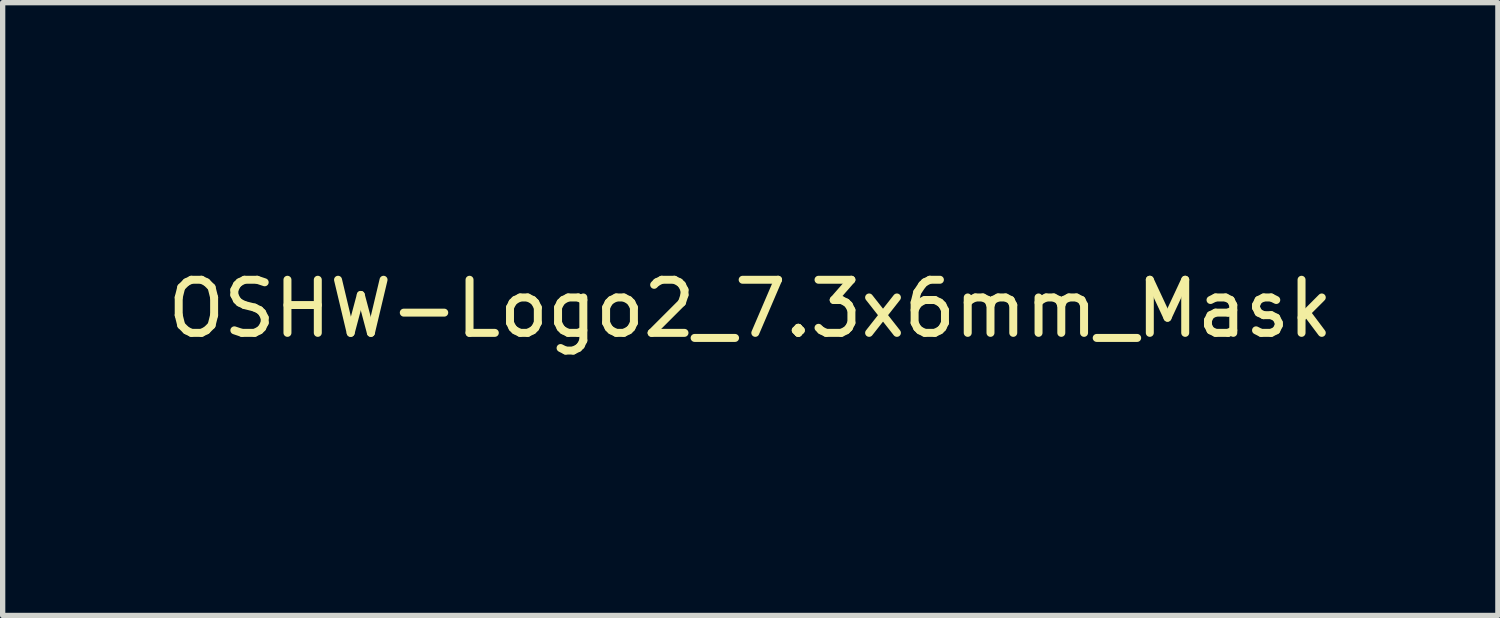
<source format=kicad_pcb>
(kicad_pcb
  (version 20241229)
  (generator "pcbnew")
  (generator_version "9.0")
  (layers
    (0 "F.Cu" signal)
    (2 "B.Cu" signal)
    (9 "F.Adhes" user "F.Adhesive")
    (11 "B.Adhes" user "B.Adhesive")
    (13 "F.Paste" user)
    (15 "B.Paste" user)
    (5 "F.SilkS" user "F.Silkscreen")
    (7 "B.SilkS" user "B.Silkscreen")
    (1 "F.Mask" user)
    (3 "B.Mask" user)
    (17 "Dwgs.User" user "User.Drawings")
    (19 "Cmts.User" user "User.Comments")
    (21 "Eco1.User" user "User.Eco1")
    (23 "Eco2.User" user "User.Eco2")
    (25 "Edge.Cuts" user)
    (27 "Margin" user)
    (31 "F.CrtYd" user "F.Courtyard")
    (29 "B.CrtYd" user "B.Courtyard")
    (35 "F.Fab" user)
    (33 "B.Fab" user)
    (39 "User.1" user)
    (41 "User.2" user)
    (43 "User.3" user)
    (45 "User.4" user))
  (footprint "OSHW-Logo2_7.3x6mm_Mask"
    (layer "F.Cu")
    (at 11.077 2.763)
    (property "Reference" "OSHW-Logo2_7.3x6mm_Mask" (at 0 0 0) (layer "F.SilkS") (effects (font (size 1 1) (thickness 0.15))))
    (attr exclude_from_pos_files exclude_from_bom)
    (fp_poly (pts (xy 2.653 1.959) (xy 2.67 1.966) (xy 2.711 1.999) (xy 2.747 2.047) (xy 2.769 2.097) (xy 2.772 2.122) (xy 2.76 2.157) (xy 2.734 2.175) (xy 2.706 2.187) (xy 2.693 2.189) (xy 2.687 2.174) (xy 2.674 2.141) (xy 2.669 2.127) (xy 2.639 2.076) (xy 2.595 2.05) (xy 2.538 2.051) (xy 2.534 2.052) (xy 2.504 2.067) (xy 2.481 2.094) (xy 2.466 2.139) (xy 2.457 2.205) (xy 2.453 2.294) (xy 2.453 2.341) (xy 2.453 2.416) (xy 2.452 2.467) (xy 2.448 2.499) (xy 2.442 2.518) (xy 2.432 2.529) (xy 2.417 2.537) (xy 2.416 2.538) (xy 2.387 2.55) (xy 2.372 2.555) (xy 2.37 2.541) (xy 2.368 2.503) (xy 2.367 2.446) (xy 2.366 2.374) (xy 2.366 2.322) (xy 2.367 2.22) (xy 2.37 2.143) (xy 2.377 2.086) (xy 2.389 2.045) (xy 2.407 2.014) (xy 2.432 1.99) (xy 2.457 1.973) (xy 2.517 1.951) (xy 2.587 1.946) (xy 2.653 1.959)) (stroke (width 0.01) (type solid)) (fill yes) (layer "F.Mask"))
    (fp_poly (pts (xy -1.284 1.928) (xy -1.237 1.955) (xy -1.205 1.981) (xy -1.181 2.009) (xy -1.165 2.044) (xy -1.155 2.089) (xy -1.149 2.151) (xy -1.147 2.234) (xy -1.147 2.293) (xy -1.147 2.512) (xy -1.208 2.54) (xy -1.27 2.568) (xy -1.277 2.328) (xy -1.28 2.238) (xy -1.283 2.173) (xy -1.287 2.128) (xy -1.293 2.099) (xy -1.3 2.081) (xy -1.31 2.07) (xy -1.313 2.067) (xy -1.36 2.048) (xy -1.408 2.056) (xy -1.437 2.076) (xy -1.449 2.09) (xy -1.457 2.108) (xy -1.462 2.136) (xy -1.465 2.179) (xy -1.466 2.242) (xy -1.466 2.307) (xy -1.466 2.389) (xy -1.467 2.447) (xy -1.472 2.486) (xy -1.482 2.512) (xy -1.499 2.528) (xy -1.525 2.541) (xy -1.56 2.554) (xy -1.598 2.569) (xy -1.594 2.311) (xy -1.592 2.219) (xy -1.59 2.15) (xy -1.587 2.101) (xy -1.582 2.066) (xy -1.575 2.042) (xy -1.566 2.022) (xy -1.554 2.005) (xy -1.499 1.95) (xy -1.431 1.918) (xy -1.357 1.91) (xy -1.284 1.928)) (stroke (width 0.01) (type solid)) (fill yes) (layer "F.Mask"))
    (fp_poly (pts (xy 0.53 1.95) (xy 0.596 1.974) (xy 0.649 2.017) (xy 0.67 2.047) (xy 0.693 2.103) (xy 0.692 2.143) (xy 0.669 2.17) (xy 0.66 2.175) (xy 0.622 2.189) (xy 0.602 2.185) (xy 0.595 2.161) (xy 0.595 2.148) (xy 0.583 2.099) (xy 0.551 2.065) (xy 0.508 2.048) (xy 0.459 2.053) (xy 0.419 2.074) (xy 0.405 2.087) (xy 0.396 2.101) (xy 0.389 2.124) (xy 0.385 2.159) (xy 0.383 2.212) (xy 0.381 2.288) (xy 0.38 2.312) (xy 0.378 2.394) (xy 0.376 2.451) (xy 0.372 2.49) (xy 0.367 2.513) (xy 0.359 2.526) (xy 0.347 2.535) (xy 0.339 2.538) (xy 0.307 2.55) (xy 0.288 2.555) (xy 0.282 2.541) (xy 0.278 2.5) (xy 0.277 2.431) (xy 0.278 2.334) (xy 0.278 2.319) (xy 0.28 2.23) (xy 0.283 2.165) (xy 0.286 2.119) (xy 0.292 2.087) (xy 0.3 2.064) (xy 0.311 2.044) (xy 0.317 2.035) (xy 0.35 1.998) (xy 0.388 1.969) (xy 0.392 1.966) (xy 0.459 1.946) (xy 0.53 1.95)) (stroke (width 0.01) (type solid)) (fill yes) (layer "F.Mask"))
    (fp_poly (pts (xy -0.624 1.851) (xy -0.62 1.911) (xy -0.615 1.946) (xy -0.608 1.961) (xy -0.598 1.961) (xy -0.595 1.959) (xy -0.552 1.946) (xy -0.497 1.947) (xy -0.44 1.96) (xy -0.405 1.978) (xy -0.369 2.006) (xy -0.342 2.038) (xy -0.324 2.078) (xy -0.313 2.132) (xy -0.307 2.204) (xy -0.305 2.299) (xy -0.305 2.317) (xy -0.305 2.523) (xy -0.351 2.539) (xy -0.383 2.549) (xy -0.401 2.554) (xy -0.401 2.555) (xy -0.403 2.541) (xy -0.405 2.503) (xy -0.406 2.446) (xy -0.406 2.375) (xy -0.406 2.332) (xy -0.407 2.247) (xy -0.408 2.186) (xy -0.41 2.144) (xy -0.415 2.117) (xy -0.422 2.098) (xy -0.433 2.085) (xy -0.44 2.078) (xy -0.487 2.051) (xy -0.538 2.049) (xy -0.584 2.072) (xy -0.593 2.08) (xy -0.605 2.095) (xy -0.614 2.114) (xy -0.619 2.14) (xy -0.622 2.18) (xy -0.624 2.238) (xy -0.624 2.318) (xy -0.624 2.523) (xy -0.67 2.539) (xy -0.702 2.549) (xy -0.72 2.554) (xy -0.721 2.555) (xy -0.722 2.541) (xy -0.723 2.501) (xy -0.724 2.441) (xy -0.725 2.362) (xy -0.726 2.269) (xy -0.726 2.167) (xy -0.726 1.769) (xy -0.679 1.749) (xy -0.631 1.73) (xy -0.624 1.851)) (stroke (width 0.01) (type solid)) (fill yes) (layer "F.Mask"))
    (fp_poly (pts (xy 1.78 1.959) (xy 1.782 1.997) (xy 1.784 2.055) (xy 1.785 2.128) (xy 1.785 2.205) (xy 1.785 2.465) (xy 1.739 2.511) (xy 1.708 2.539) (xy 1.68 2.551) (xy 1.642 2.55) (xy 1.627 2.548) (xy 1.58 2.543) (xy 1.541 2.54) (xy 1.531 2.54) (xy 1.499 2.541) (xy 1.453 2.546) (xy 1.436 2.548) (xy 1.392 2.552) (xy 1.363 2.544) (xy 1.334 2.521) (xy 1.323 2.511) (xy 1.277 2.465) (xy 1.277 1.979) (xy 1.314 1.962) (xy 1.346 1.949) (xy 1.365 1.945) (xy 1.369 1.959) (xy 1.374 1.997) (xy 1.378 2.056) (xy 1.381 2.132) (xy 1.382 2.195) (xy 1.386 2.446) (xy 1.421 2.451) (xy 1.452 2.447) (xy 1.468 2.436) (xy 1.472 2.415) (xy 1.476 2.371) (xy 1.478 2.309) (xy 1.48 2.235) (xy 1.48 2.197) (xy 1.48 1.977) (xy 1.526 1.961) (xy 1.559 1.95) (xy 1.576 1.945) (xy 1.577 1.945) (xy 1.578 1.959) (xy 1.58 1.997) (xy 1.582 2.054) (xy 1.584 2.127) (xy 1.585 2.195) (xy 1.589 2.446) (xy 1.676 2.446) (xy 1.68 2.217) (xy 1.684 1.989) (xy 1.727 1.967) (xy 1.758 1.952) (xy 1.777 1.945) (xy 1.777 1.945) (xy 1.78 1.959)) (stroke (width 0.01) (type solid)) (fill yes) (layer "F.Mask"))
    (fp_poly (pts (xy -2.959 1.922) (xy -2.891 1.958) (xy -2.841 2.015) (xy -2.823 2.052) (xy -2.809 2.108) (xy -2.802 2.178) (xy -2.801 2.255) (xy -2.807 2.33) (xy -2.818 2.394) (xy -2.834 2.441) (xy -2.839 2.449) (xy -2.9 2.509) (xy -2.971 2.545) (xy -3.049 2.555) (xy -3.127 2.539) (xy -3.149 2.529) (xy -3.192 2.499) (xy -3.229 2.459) (xy -3.233 2.454) (xy -3.247 2.43) (xy -3.257 2.404) (xy -3.262 2.37) (xy -3.265 2.321) (xy -3.266 2.251) (xy -3.266 2.235) (xy -3.266 2.23) (xy -3.121 2.23) (xy -3.12 2.296) (xy -3.116 2.34) (xy -3.109 2.369) (xy -3.098 2.388) (xy -3.092 2.395) (xy -3.057 2.42) (xy -3.023 2.419) (xy -2.989 2.397) (xy -2.969 2.374) (xy -2.957 2.34) (xy -2.95 2.288) (xy -2.949 2.281) (xy -2.948 2.186) (xy -2.96 2.114) (xy -2.985 2.068) (xy -3.023 2.048) (xy -3.037 2.047) (xy -3.073 2.052) (xy -3.097 2.072) (xy -3.112 2.109) (xy -3.119 2.168) (xy -3.121 2.23) (xy -3.266 2.23) (xy -3.265 2.16) (xy -3.263 2.108) (xy -3.258 2.072) (xy -3.249 2.045) (xy -3.236 2.022) (xy -3.233 2.017) (xy -3.184 1.958) (xy -3.13 1.924) (xy -3.064 1.91) (xy -3.042 1.91) (xy -2.959 1.922)) (stroke (width 0.01) (type solid)) (fill yes) (layer "F.Mask"))
    (fp_poly (pts (xy 3.154 1.967) (xy 3.211 2.004) (xy 3.239 2.038) (xy 3.261 2.099) (xy 3.262 2.147) (xy 3.258 2.212) (xy 3.11 2.277) (xy 3.037 2.31) (xy 2.99 2.337) (xy 2.966 2.36) (xy 2.961 2.383) (xy 2.975 2.407) (xy 2.99 2.424) (xy 3.034 2.45) (xy 3.081 2.452) (xy 3.125 2.432) (xy 3.157 2.391) (xy 3.163 2.376) (xy 3.191 2.331) (xy 3.222 2.312) (xy 3.266 2.296) (xy 3.266 2.358) (xy 3.262 2.4) (xy 3.247 2.436) (xy 3.215 2.477) (xy 3.211 2.482) (xy 3.176 2.519) (xy 3.145 2.538) (xy 3.108 2.547) (xy 3.076 2.55) (xy 3.02 2.551) (xy 2.981 2.542) (xy 2.956 2.528) (xy 2.917 2.497) (xy 2.89 2.465) (xy 2.873 2.423) (xy 2.863 2.368) (xy 2.86 2.291) (xy 2.859 2.253) (xy 2.86 2.206) (xy 2.948 2.206) (xy 2.949 2.231) (xy 2.952 2.235) (xy 2.968 2.23) (xy 3.004 2.215) (xy 3.052 2.194) (xy 3.062 2.19) (xy 3.123 2.159) (xy 3.157 2.132) (xy 3.164 2.106) (xy 3.146 2.08) (xy 3.132 2.069) (xy 3.079 2.046) (xy 3.03 2.05) (xy 2.989 2.078) (xy 2.961 2.127) (xy 2.952 2.166) (xy 2.948 2.206) (xy 2.86 2.206) (xy 2.861 2.162) (xy 2.868 2.095) (xy 2.882 2.047) (xy 2.904 2.011) (xy 2.937 1.983) (xy 2.951 1.973) (xy 3.015 1.95) (xy 3.085 1.948) (xy 3.154 1.967)) (stroke (width 0.01) (type solid)) (fill yes) (layer "F.Mask"))
    (fp_poly (pts (xy 1.19 2.065) (xy 1.19 2.174) (xy 1.189 2.257) (xy 1.188 2.32) (xy 1.185 2.365) (xy 1.181 2.397) (xy 1.175 2.421) (xy 1.167 2.439) (xy 1.161 2.449) (xy 1.112 2.506) (xy 1.049 2.541) (xy 0.98 2.554) (xy 0.911 2.542) (xy 0.869 2.522) (xy 0.826 2.485) (xy 0.796 2.441) (xy 0.779 2.383) (xy 0.77 2.306) (xy 0.769 2.25) (xy 0.769 2.246) (xy 0.871 2.246) (xy 0.871 2.311) (xy 0.874 2.354) (xy 0.881 2.382) (xy 0.893 2.402) (xy 0.906 2.417) (xy 0.953 2.447) (xy 1.004 2.449) (xy 1.051 2.425) (xy 1.055 2.421) (xy 1.071 2.404) (xy 1.081 2.383) (xy 1.086 2.352) (xy 1.088 2.305) (xy 1.089 2.252) (xy 1.088 2.185) (xy 1.085 2.141) (xy 1.078 2.112) (xy 1.066 2.091) (xy 1.057 2.08) (xy 1.013 2.052) (xy 0.962 2.049) (xy 0.914 2.07) (xy 0.904 2.078) (xy 0.889 2.096) (xy 0.879 2.117) (xy 0.873 2.148) (xy 0.871 2.196) (xy 0.871 2.246) (xy 0.769 2.246) (xy 0.773 2.159) (xy 0.785 2.09) (xy 0.807 2.039) (xy 0.842 1.998) (xy 0.869 1.978) (xy 0.919 1.956) (xy 0.976 1.945) (xy 1.03 1.948) (xy 1.06 1.959) (xy 1.071 1.962) (xy 1.079 1.951) (xy 1.084 1.919) (xy 1.089 1.871) (xy 1.093 1.817) (xy 1.099 1.784) (xy 1.111 1.766) (xy 1.131 1.754) (xy 1.143 1.748) (xy 1.19 1.729) (xy 1.19 2.065)) (stroke (width 0.01) (type solid)) (fill yes) (layer "F.Mask"))
    (fp_poly (pts (xy -1.832 1.931) (xy -1.774 1.97) (xy -1.73 2.025) (xy -1.704 2.096) (xy -1.698 2.148) (xy -1.699 2.17) (xy -1.704 2.187) (xy -1.718 2.201) (xy -1.745 2.218) (xy -1.79 2.239) (xy -1.857 2.269) (xy -1.858 2.27) (xy -1.92 2.298) (xy -1.97 2.323) (xy -2.005 2.342) (xy -2.017 2.353) (xy -2.017 2.353) (xy -2.006 2.376) (xy -1.98 2.402) (xy -1.949 2.42) (xy -1.934 2.424) (xy -1.891 2.411) (xy -1.855 2.379) (xy -1.837 2.345) (xy -1.82 2.319) (xy -1.787 2.29) (xy -1.748 2.264) (xy -1.713 2.25) (xy -1.706 2.25) (xy -1.698 2.262) (xy -1.697 2.294) (xy -1.703 2.337) (xy -1.715 2.383) (xy -1.73 2.423) (xy -1.731 2.424) (xy -1.777 2.489) (xy -1.837 2.533) (xy -1.906 2.555) (xy -1.976 2.552) (xy -2.044 2.524) (xy -2.047 2.522) (xy -2.101 2.473) (xy -2.136 2.41) (xy -2.155 2.327) (xy -2.158 2.304) (xy -2.162 2.194) (xy -2.157 2.143) (xy -2.017 2.143) (xy -2.016 2.175) (xy -2.006 2.184) (xy -1.981 2.177) (xy -1.942 2.161) (xy -1.899 2.14) (xy -1.898 2.139) (xy -1.861 2.12) (xy -1.846 2.107) (xy -1.85 2.093) (xy -1.865 2.076) (xy -1.904 2.05) (xy -1.946 2.048) (xy -1.984 2.067) (xy -2.01 2.103) (xy -2.017 2.143) (xy -2.157 2.143) (xy -2.153 2.106) (xy -2.128 2.036) (xy -2.095 1.987) (xy -2.033 1.938) (xy -1.966 1.913) (xy -1.897 1.912) (xy -1.832 1.931)) (stroke (width 0.01) (type solid)) (fill yes) (layer "F.Mask"))
    (fp_poly (pts (xy 0.04 1.951) (xy 0.097 1.972) (xy 0.097 1.972) (xy 0.132 1.998) (xy 0.158 2.029) (xy 0.177 2.068) (xy 0.189 2.121) (xy 0.196 2.194) (xy 0.2 2.289) (xy 0.201 2.303) (xy 0.206 2.509) (xy 0.162 2.532) (xy 0.13 2.547) (xy 0.11 2.554) (xy 0.11 2.555) (xy 0.106 2.541) (xy 0.104 2.505) (xy 0.102 2.451) (xy 0.102 2.408) (xy 0.102 2.339) (xy 0.098 2.295) (xy 0.087 2.274) (xy 0.064 2.273) (xy 0.022 2.289) (xy -0.04 2.318) (xy -0.086 2.342) (xy -0.109 2.363) (xy -0.116 2.386) (xy -0.116 2.387) (xy -0.105 2.426) (xy -0.071 2.447) (xy -0.019 2.451) (xy 0.018 2.45) (xy 0.038 2.461) (xy 0.05 2.487) (xy 0.057 2.519) (xy 0.047 2.538) (xy 0.043 2.541) (xy 0.007 2.551) (xy -0.043 2.553) (xy -0.095 2.546) (xy -0.132 2.533) (xy -0.183 2.49) (xy -0.212 2.429) (xy -0.218 2.382) (xy -0.213 2.34) (xy -0.198 2.305) (xy -0.166 2.275) (xy -0.115 2.244) (xy -0.041 2.209) (xy -0.036 2.207) (xy 0.031 2.176) (xy 0.072 2.151) (xy 0.09 2.128) (xy 0.086 2.105) (xy 0.063 2.078) (xy 0.056 2.072) (xy 0.009 2.048) (xy -0.04 2.049) (xy -0.082 2.072) (xy -0.111 2.116) (xy -0.113 2.124) (xy -0.139 2.165) (xy -0.171 2.185) (xy -0.218 2.205) (xy -0.218 2.154) (xy -0.204 2.08) (xy -0.161 2.012) (xy -0.139 1.99) (xy -0.089 1.961) (xy -0.026 1.947) (xy 0.04 1.951)) (stroke (width 0.01) (type solid)) (fill yes) (layer "F.Mask"))
    (fp_poly (pts (xy -2.4 1.92) (xy -2.345 1.948) (xy -2.296 1.998) (xy -2.282 2.017) (xy -2.268 2.042) (xy -2.258 2.069) (xy -2.253 2.105) (xy -2.25 2.156) (xy -2.25 2.224) (xy -2.252 2.318) (xy -2.261 2.388) (xy -2.277 2.44) (xy -2.303 2.48) (xy -2.34 2.513) (xy -2.342 2.515) (xy -2.379 2.535) (xy -2.422 2.545) (xy -2.478 2.547) (xy -2.569 2.547) (xy -2.569 2.635) (xy -2.57 2.684) (xy -2.575 2.713) (xy -2.588 2.73) (xy -2.614 2.745) (xy -2.62 2.748) (xy -2.649 2.762) (xy -2.672 2.77) (xy -2.688 2.771) (xy -2.7 2.761) (xy -2.707 2.737) (xy -2.712 2.696) (xy -2.713 2.636) (xy -2.713 2.553) (xy -2.712 2.445) (xy -2.711 2.413) (xy -2.71 2.302) (xy -2.709 2.229) (xy -2.569 2.229) (xy -2.568 2.29) (xy -2.565 2.331) (xy -2.557 2.358) (xy -2.543 2.378) (xy -2.533 2.388) (xy -2.495 2.418) (xy -2.46 2.42) (xy -2.425 2.396) (xy -2.424 2.395) (xy -2.409 2.376) (xy -2.401 2.351) (xy -2.396 2.312) (xy -2.395 2.252) (xy -2.395 2.238) (xy -2.398 2.156) (xy -2.409 2.099) (xy -2.429 2.064) (xy -2.458 2.048) (xy -2.476 2.047) (xy -2.516 2.054) (xy -2.544 2.078) (xy -2.561 2.123) (xy -2.568 2.191) (xy -2.569 2.229) (xy -2.709 2.229) (xy -2.708 2.215) (xy -2.706 2.15) (xy -2.704 2.103) (xy -2.7 2.069) (xy -2.694 2.045) (xy -2.687 2.028) (xy -2.677 2.012) (xy -2.673 2.006) (xy -2.619 1.951) (xy -2.55 1.92) (xy -2.47 1.911) (xy -2.4 1.92)) (stroke (width 0.01) (type solid)) (fill yes) (layer "F.Mask"))
    (fp_poly (pts (xy 2.145 1.956) (xy 2.187 1.975) (xy 2.219 1.998) (xy 2.244 2.024) (xy 2.26 2.057) (xy 2.271 2.103) (xy 2.276 2.165) (xy 2.279 2.249) (xy 2.279 2.305) (xy 2.279 2.521) (xy 2.242 2.538) (xy 2.213 2.55) (xy 2.198 2.555) (xy 2.195 2.541) (xy 2.193 2.505) (xy 2.192 2.452) (xy 2.192 2.409) (xy 2.19 2.348) (xy 2.187 2.3) (xy 2.182 2.271) (xy 2.178 2.264) (xy 2.153 2.271) (xy 2.112 2.287) (xy 2.066 2.309) (xy 2.021 2.333) (xy 1.986 2.355) (xy 1.97 2.37) (xy 1.97 2.37) (xy 1.971 2.397) (xy 1.984 2.423) (xy 2.006 2.444) (xy 2.038 2.451) (xy 2.065 2.451) (xy 2.104 2.45) (xy 2.124 2.459) (xy 2.136 2.483) (xy 2.138 2.488) (xy 2.143 2.522) (xy 2.129 2.543) (xy 2.092 2.552) (xy 2.052 2.554) (xy 1.981 2.541) (xy 1.943 2.521) (xy 1.898 2.476) (xy 1.873 2.42) (xy 1.871 2.361) (xy 1.892 2.306) (xy 1.923 2.271) (xy 1.953 2.252) (xy 2.002 2.228) (xy 2.058 2.203) (xy 2.068 2.199) (xy 2.13 2.172) (xy 2.166 2.148) (xy 2.177 2.124) (xy 2.167 2.097) (xy 2.148 2.076) (xy 2.104 2.05) (xy 2.056 2.048) (xy 2.012 2.068) (xy 1.981 2.108) (xy 1.977 2.118) (xy 1.952 2.156) (xy 1.917 2.184) (xy 1.872 2.207) (xy 1.872 2.141) (xy 1.875 2.102) (xy 1.886 2.07) (xy 1.911 2.036) (xy 1.935 2.01) (xy 1.972 1.974) (xy 2.001 1.954) (xy 2.033 1.946) (xy 2.068 1.945) (xy 2.145 1.956)) (stroke (width 0.01) (type solid)) (fill yes) (layer "F.Mask"))
    (fp_poly (pts (xy 0.104 -2.758) (xy 0.182 -2.757) (xy 0.239 -2.756) (xy 0.278 -2.754) (xy 0.303 -2.75) (xy 0.316 -2.744) (xy 0.323 -2.737) (xy 0.326 -2.726) (xy 0.327 -2.725) (xy 0.332 -2.701) (xy 0.341 -2.653) (xy 0.353 -2.587) (xy 0.368 -2.508) (xy 0.385 -2.42) (xy 0.385 -2.417) (xy 0.401 -2.331) (xy 0.417 -2.255) (xy 0.43 -2.194) (xy 0.44 -2.152) (xy 0.446 -2.133) (xy 0.447 -2.133) (xy 0.465 -2.124) (xy 0.502 -2.109) (xy 0.551 -2.091) (xy 0.552 -2.091) (xy 0.613 -2.068) (xy 0.686 -2.038) (xy 0.754 -2.008) (xy 0.757 -2.007) (xy 0.869 -1.956) (xy 1.115 -2.125) (xy 1.191 -2.176) (xy 1.26 -2.222) (xy 1.317 -2.26) (xy 1.359 -2.287) (xy 1.383 -2.301) (xy 1.385 -2.302) (xy 1.402 -2.298) (xy 1.434 -2.275) (xy 1.481 -2.235) (xy 1.546 -2.174) (xy 1.612 -2.11) (xy 1.676 -2.046) (xy 1.733 -1.989) (xy 1.78 -1.94) (xy 1.814 -1.904) (xy 1.83 -1.884) (xy 1.831 -1.883) (xy 1.833 -1.869) (xy 1.826 -1.847) (xy 1.809 -1.814) (xy 1.779 -1.765) (xy 1.737 -1.699) (xy 1.679 -1.614) (xy 1.629 -1.54) (xy 1.583 -1.473) (xy 1.546 -1.417) (xy 1.519 -1.378) (xy 1.506 -1.357) (xy 1.505 -1.356) (xy 1.507 -1.336) (xy 1.519 -1.298) (xy 1.54 -1.248) (xy 1.547 -1.232) (xy 1.58 -1.162) (xy 1.614 -1.082) (xy 1.642 -1.012) (xy 1.663 -0.961) (xy 1.679 -0.922) (xy 1.688 -0.901) (xy 1.689 -0.9) (xy 1.706 -0.897) (xy 1.746 -0.89) (xy 1.804 -0.879) (xy 1.875 -0.866) (xy 1.952 -0.852) (xy 2.032 -0.837) (xy 2.107 -0.822) (xy 2.174 -0.809) (xy 2.227 -0.799) (xy 2.26 -0.792) (xy 2.268 -0.79) (xy 2.276 -0.785) (xy 2.283 -0.774) (xy 2.287 -0.754) (xy 2.29 -0.72) (xy 2.292 -0.67) (xy 2.293 -0.599) (xy 2.293 -0.504) (xy 2.293 -0.465) (xy 2.293 -0.147) (xy 2.217 -0.132) (xy 2.175 -0.124) (xy 2.111 -0.112) (xy 2.035 -0.098) (xy 1.953 -0.083) (xy 1.93 -0.079) (xy 1.855 -0.064) (xy 1.789 -0.049) (xy 1.738 -0.037) (xy 1.709 -0.027) (xy 1.704 -0.024) (xy 1.691 -0.003) (xy 1.674 0.038) (xy 1.655 0.09) (xy 1.651 0.102) (xy 1.625 0.172) (xy 1.594 0.25) (xy 1.563 0.321) (xy 1.563 0.322) (xy 1.511 0.433) (xy 1.68 0.681) (xy 1.849 0.93) (xy 1.632 1.147) (xy 1.567 1.212) (xy 1.507 1.269) (xy 1.456 1.315) (xy 1.418 1.348) (xy 1.396 1.363) (xy 1.392 1.364) (xy 1.374 1.356) (xy 1.335 1.335) (xy 1.281 1.301) (xy 1.216 1.259) (xy 1.146 1.212) (xy 1.075 1.164) (xy 1.011 1.122) (xy 0.959 1.089) (xy 0.923 1.067) (xy 0.907 1.06) (xy 0.887 1.066) (xy 0.85 1.083) (xy 0.803 1.107) (xy 0.798 1.11) (xy 0.734 1.142) (xy 0.69 1.158) (xy 0.663 1.158) (xy 0.649 1.143) (xy 0.649 1.143) (xy 0.642 1.126) (xy 0.625 1.085) (xy 0.6 1.024) (xy 0.567 0.945) (xy 0.529 0.852) (xy 0.486 0.748) (xy 0.444 0.648) (xy 0.399 0.537) (xy 0.357 0.434) (xy 0.32 0.342) (xy 0.289 0.265) (xy 0.266 0.206) (xy 0.251 0.167) (xy 0.247 0.153) (xy 0.258 0.136) (xy 0.287 0.11) (xy 0.326 0.081) (xy 0.437 -0.011) (xy 0.523 -0.116) (xy 0.585 -0.233) (xy 0.62 -0.358) (xy 0.628 -0.49) (xy 0.622 -0.552) (xy 0.591 -0.678) (xy 0.538 -0.79) (xy 0.466 -0.886) (xy 0.378 -0.965) (xy 0.278 -1.026) (xy 0.168 -1.067) (xy 0.053 -1.089) (xy -0.065 -1.088) (xy -0.181 -1.066) (xy -0.294 -1.019) (xy -0.4 -0.948) (xy -0.444 -0.908) (xy -0.528 -0.805) (xy -0.587 -0.692) (xy -0.62 -0.573) (xy -0.629 -0.451) (xy -0.613 -0.329) (xy -0.573 -0.211) (xy -0.51 -0.1) (xy -0.423 0.002) (xy -0.326 0.081) (xy -0.286 0.111) (xy -0.257 0.137) (xy -0.247 0.153) (xy -0.252 0.17) (xy -0.267 0.21) (xy -0.291 0.272) (xy -0.323 0.35) (xy -0.36 0.443) (xy -0.403 0.546) (xy -0.444 0.648) (xy -0.49 0.759) (xy -0.533 0.862) (xy -0.571 0.953) (xy -0.603 1.03) (xy -0.627 1.09) (xy -0.643 1.129) (xy -0.649 1.143) (xy -0.663 1.158) (xy -0.69 1.158) (xy -0.734 1.142) (xy -0.797 1.11) (xy -0.798 1.11) (xy -0.845 1.085) (xy -0.884 1.067) (xy -0.906 1.06) (xy -0.907 1.06) (xy -0.923 1.067) (xy -0.96 1.089) (xy -1.012 1.122) (xy -1.075 1.164) (xy -1.146 1.212) (xy -1.218 1.26) (xy -1.283 1.302) (xy -1.336 1.335) (xy -1.374 1.357) (xy -1.392 1.364) (xy -1.409 1.354) (xy -1.443 1.327) (xy -1.49 1.284) (xy -1.547 1.231) (xy -1.612 1.168) (xy -1.633 1.147) (xy -1.85 0.93) (xy -1.684 0.687) (xy -1.634 0.613) (xy -1.59 0.546) (xy -1.555 0.491) (xy -1.53 0.451) (xy -1.519 0.43) (xy -1.519 0.429) (xy -1.525 0.409) (xy -1.54 0.37) (xy -1.562 0.317) (xy -1.578 0.282) (xy -1.607 0.215) (xy -1.635 0.147) (xy -1.656 0.09) (xy -1.662 0.073) (xy -1.679 0.026) (xy -1.695 -0.01) (xy -1.704 -0.024) (xy -1.723 -0.032) (xy -1.766 -0.044) (xy -1.826 -0.058) (xy -1.898 -0.073) (xy -1.93 -0.079) (xy -2.012 -0.094) (xy -2.091 -0.108) (xy -2.159 -0.121) (xy -2.208 -0.13) (xy -2.217 -0.132) (xy -2.293 -0.147) (xy -2.293 -0.465) (xy -2.293 -0.569) (xy -2.292 -0.648) (xy -2.291 -0.705) (xy -2.288 -0.744) (xy -2.284 -0.769) (xy -2.279 -0.782) (xy -2.271 -0.789) (xy -2.268 -0.79) (xy -2.249 -0.794) (xy -2.207 -0.802) (xy -2.148 -0.814) (xy -2.077 -0.828) (xy -1.999 -0.843) (xy -1.92 -0.858) (xy -1.845 -0.872) (xy -1.779 -0.884) (xy -1.727 -0.894) (xy -1.696 -0.899) (xy -1.689 -0.9) (xy -1.683 -0.912) (xy -1.669 -0.946) (xy -1.65 -0.994) (xy -1.642 -1.012) (xy -1.613 -1.085) (xy -1.578 -1.165) (xy -1.547 -1.232) (xy -1.525 -1.284) (xy -1.51 -1.326) (xy -1.504 -1.352) (xy -1.505 -1.356) (xy -1.516 -1.372) (xy -1.54 -1.409) (xy -1.576 -1.461) (xy -1.62 -1.526) (xy -1.67 -1.6) (xy -1.68 -1.614) (xy -1.738 -1.7) (xy -1.78 -1.766) (xy -1.809 -1.814) (xy -1.826 -1.847) (xy -1.833 -1.869) (xy -1.831 -1.883) (xy -1.831 -1.883) (xy -1.816 -1.901) (xy -1.785 -1.935) (xy -1.739 -1.983) (xy -1.683 -2.04) (xy -1.62 -2.103) (xy -1.612 -2.11) (xy -1.533 -2.187) (xy -1.471 -2.244) (xy -1.427 -2.281) (xy -1.398 -2.3) (xy -1.385 -2.302) (xy -1.367 -2.292) (xy -1.328 -2.267) (xy -1.274 -2.231) (xy -1.207 -2.187) (xy -1.133 -2.137) (xy -1.115 -2.125) (xy -0.869 -1.956) (xy -0.757 -2.007) (xy -0.69 -2.036) (xy -0.617 -2.066) (xy -0.554 -2.09) (xy -0.552 -2.091) (xy -0.503 -2.109) (xy -0.465 -2.124) (xy -0.447 -2.133) (xy -0.447 -2.133) (xy -0.441 -2.149) (xy -0.431 -2.19) (xy -0.418 -2.25) (xy -0.403 -2.325) (xy -0.386 -2.41) (xy -0.385 -2.417) (xy -0.369 -2.505) (xy -0.354 -2.585) (xy -0.341 -2.651) (xy -0.332 -2.7) (xy -0.327 -2.725) (xy -0.327 -2.725) (xy -0.323 -2.736) (xy -0.317 -2.744) (xy -0.305 -2.75) (xy -0.281 -2.753) (xy -0.244 -2.756) (xy -0.19 -2.757) (xy -0.114 -2.758) (xy -0.013 -2.758) (xy 0 -2.758) (xy 0.104 -2.758)) (stroke (width 0.01) (type solid)) (fill yes) (layer "F.Mask")))
  (gr_rect
    (start -3 -3)
    (end 25.155 8.539)
    (stroke (width 0.1) (type default))
    (fill no)
    (layer "Edge.Cuts")))
</source>
